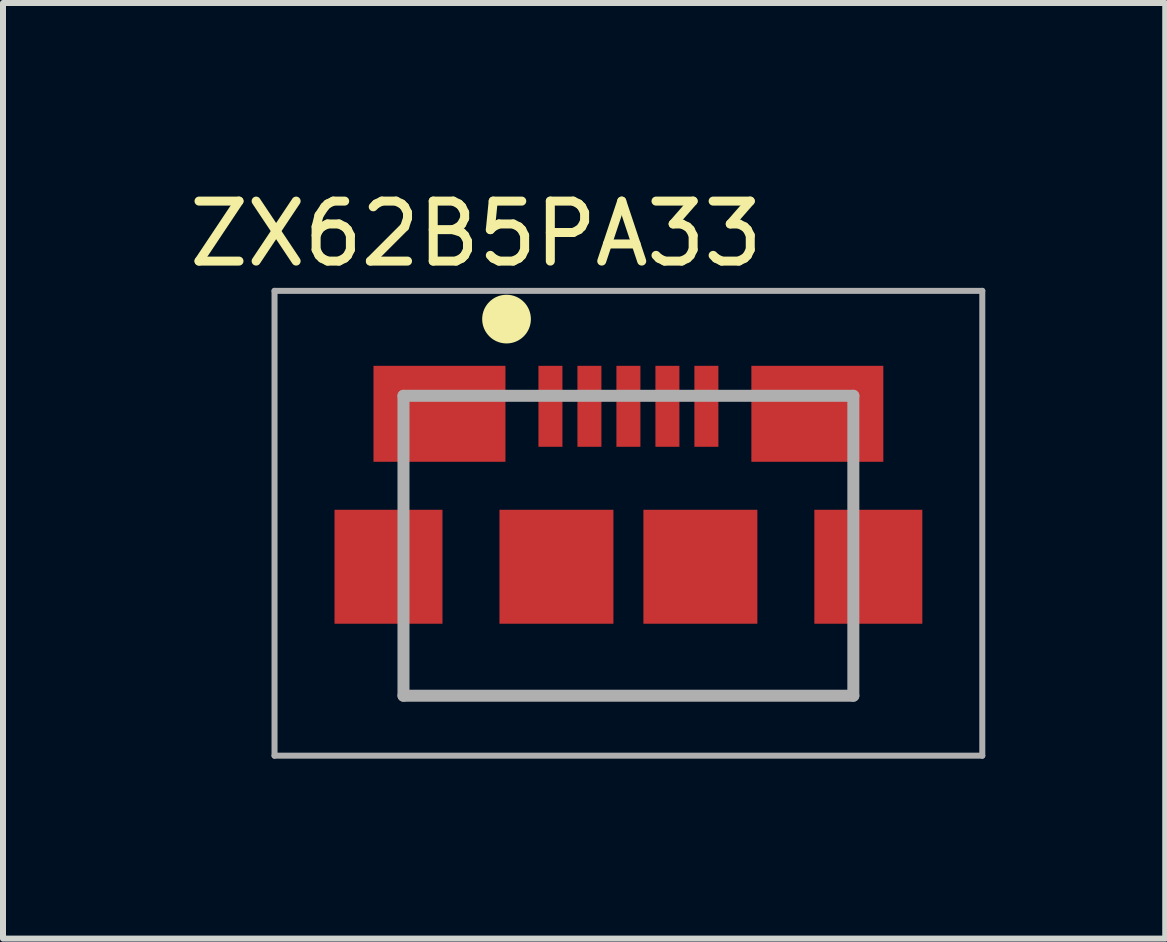
<source format=kicad_pcb>
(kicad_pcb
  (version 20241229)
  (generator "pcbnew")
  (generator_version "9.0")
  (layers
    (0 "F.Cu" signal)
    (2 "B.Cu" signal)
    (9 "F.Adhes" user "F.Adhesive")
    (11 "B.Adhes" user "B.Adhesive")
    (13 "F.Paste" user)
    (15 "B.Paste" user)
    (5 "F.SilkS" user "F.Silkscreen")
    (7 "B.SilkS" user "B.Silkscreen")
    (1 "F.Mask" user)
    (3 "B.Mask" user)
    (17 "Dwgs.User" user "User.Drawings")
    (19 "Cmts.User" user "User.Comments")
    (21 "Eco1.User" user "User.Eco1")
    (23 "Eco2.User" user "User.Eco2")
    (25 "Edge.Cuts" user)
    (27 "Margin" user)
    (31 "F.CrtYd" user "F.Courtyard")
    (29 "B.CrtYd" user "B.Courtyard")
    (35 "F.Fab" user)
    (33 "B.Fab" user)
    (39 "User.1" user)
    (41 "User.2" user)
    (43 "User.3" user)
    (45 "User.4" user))
  (footprint "ZX62B5PA33"
    (layer "F.Cu")
    (at 7.427 5.674)
    (property "Reference" "ZX62B5PA33" (at -2.54 -4.826 0) (layer "F.SilkS") (effects (font (size 1 1) (thickness 0.15))))
    (attr smd)
    (fp_line (start -3.75 1.875) (end -3.75 2.875) (stroke (width 0.1) (type solid)) (layer "F.SilkS"))
    (fp_line (start -3.75 2.875) (end 3.75 2.875) (stroke (width 0.1) (type solid)) (layer "F.SilkS"))
    (fp_line (start 3.75 2.875) (end 3.75 1.875) (stroke (width 0.1) (type solid)) (layer "F.SilkS"))
    (fp_circle (center -2.032 -3.404) (end -1.676 -3.404) (stroke (width 0.1) (type solid)) (fill yes) (layer "F.SilkS"))
    (fp_line (start -5.9 -3.875) (end 5.9 -3.875) (stroke (width 0.1) (type solid)) (layer "F.Fab"))
    (fp_line (start -5.9 3.875) (end -5.9 -3.875) (stroke (width 0.1) (type solid)) (layer "F.Fab"))
    (fp_line (start -3.75 -2.125) (end 3.75 -2.125) (stroke (width 0.2) (type solid)) (layer "F.Fab"))
    (fp_line (start -3.75 2.875) (end -3.75 -2.125) (stroke (width 0.2) (type solid)) (layer "F.Fab"))
    (fp_line (start 3.75 -2.125) (end 3.75 2.875) (stroke (width 0.2) (type solid)) (layer "F.Fab"))
    (fp_line (start 3.75 2.875) (end -3.75 2.875) (stroke (width 0.2) (type solid)) (layer "F.Fab"))
    (fp_line (start 5.9 -3.875) (end 5.9 3.875) (stroke (width 0.1) (type solid)) (layer "F.Fab"))
    (fp_line (start 5.9 3.875) (end -5.9 3.875) (stroke (width 0.1) (type solid)) (layer "F.Fab"))
    (pad "1" smd rect (at -1.3 -1.95 90) (size 1.35 0.4) (layers "F.Cu" "F.Mask" "F.Paste"))
    (pad "2" smd rect (at -0.65 -1.95 90) (size 1.35 0.4) (layers "F.Cu" "F.Mask" "F.Paste"))
    (pad "3" smd rect (at 0 -1.95 90) (size 1.35 0.4) (layers "F.Cu" "F.Mask" "F.Paste"))
    (pad "4" smd rect (at 0.65 -1.95 90) (size 1.35 0.4) (layers "F.Cu" "F.Mask" "F.Paste"))
    (pad "5" smd rect (at 1.3 -1.95 90) (size 1.35 0.4) (layers "F.Cu" "F.Mask" "F.Paste"))
    (pad "6" smd rect (at -3.15 -1.825) (size 2.2 1.6) (layers "F.Cu" "F.Mask" "F.Paste"))
    (pad "7" smd rect (at 3.15 -1.825) (size 2.2 1.6) (layers "F.Cu" "F.Mask" "F.Paste"))
    (pad "8" smd rect (at -4 0.725 90) (size 1.9 1.8) (layers "F.Cu" "F.Mask" "F.Paste"))
    (pad "9" smd rect (at -1.2 0.725 90) (size 1.9 1.9) (layers "F.Cu" "F.Mask" "F.Paste"))
    (pad "10" smd rect (at 1.2 0.725 90) (size 1.9 1.9) (layers "F.Cu" "F.Mask" "F.Paste"))
    (pad "11" smd rect (at 4 0.725 90) (size 1.9 1.8) (layers "F.Cu" "F.Mask" "F.Paste"))
    (zone (net_name "") (layer "F.SilkS") (hatch none 0.5) (connect_pads) (min_thickness 0.25) (filled_areas_thickness no) (fill) (polygon (pts (xy 5.751 2.271) (xy 5.733 2.161) (xy 5.683 2.062) (xy 5.604 1.983) (xy 5.505 1.932) (xy 5.395 1.915) (xy 5.285 1.932) (xy 5.186 1.983) (xy 5.107 2.062) (xy 5.057 2.161) (xy 5.039 2.271) (xy 5.057 2.381) (xy 5.107 2.48) (xy 5.186 2.558) (xy 5.285 2.609) (xy 5.395 2.626) (xy 5.505 2.609) (xy 5.604 2.558) (xy 5.683 2.48) (xy 5.733 2.381))))
    (zone (net_name "") (layer "F.SilkS") (hatch none 0.5) (connect_pads) (min_thickness 0.25) (filled_areas_thickness no) (fill) (polygon (pts (xy 5.751 2.271) (xy 5.733 2.161) (xy 5.683 2.062) (xy 5.604 1.983) (xy 5.505 1.932) (xy 5.395 1.915) (xy 5.285 1.932) (xy 5.186 1.983) (xy 5.107 2.062) (xy 5.057 2.161) (xy 5.039 2.271) (xy 5.057 2.381) (xy 5.107 2.48) (xy 5.186 2.558) (xy 5.285 2.609) (xy 5.395 2.626) (xy 5.505 2.609) (xy 5.604 2.558) (xy 5.683 2.48) (xy 5.733 2.381)))))
  (gr_rect
    (start -3 -3)
    (end 16.377 12.599)
    (stroke (width 0.1) (type default))
    (fill no)
    (layer "Edge.Cuts")))
</source>
